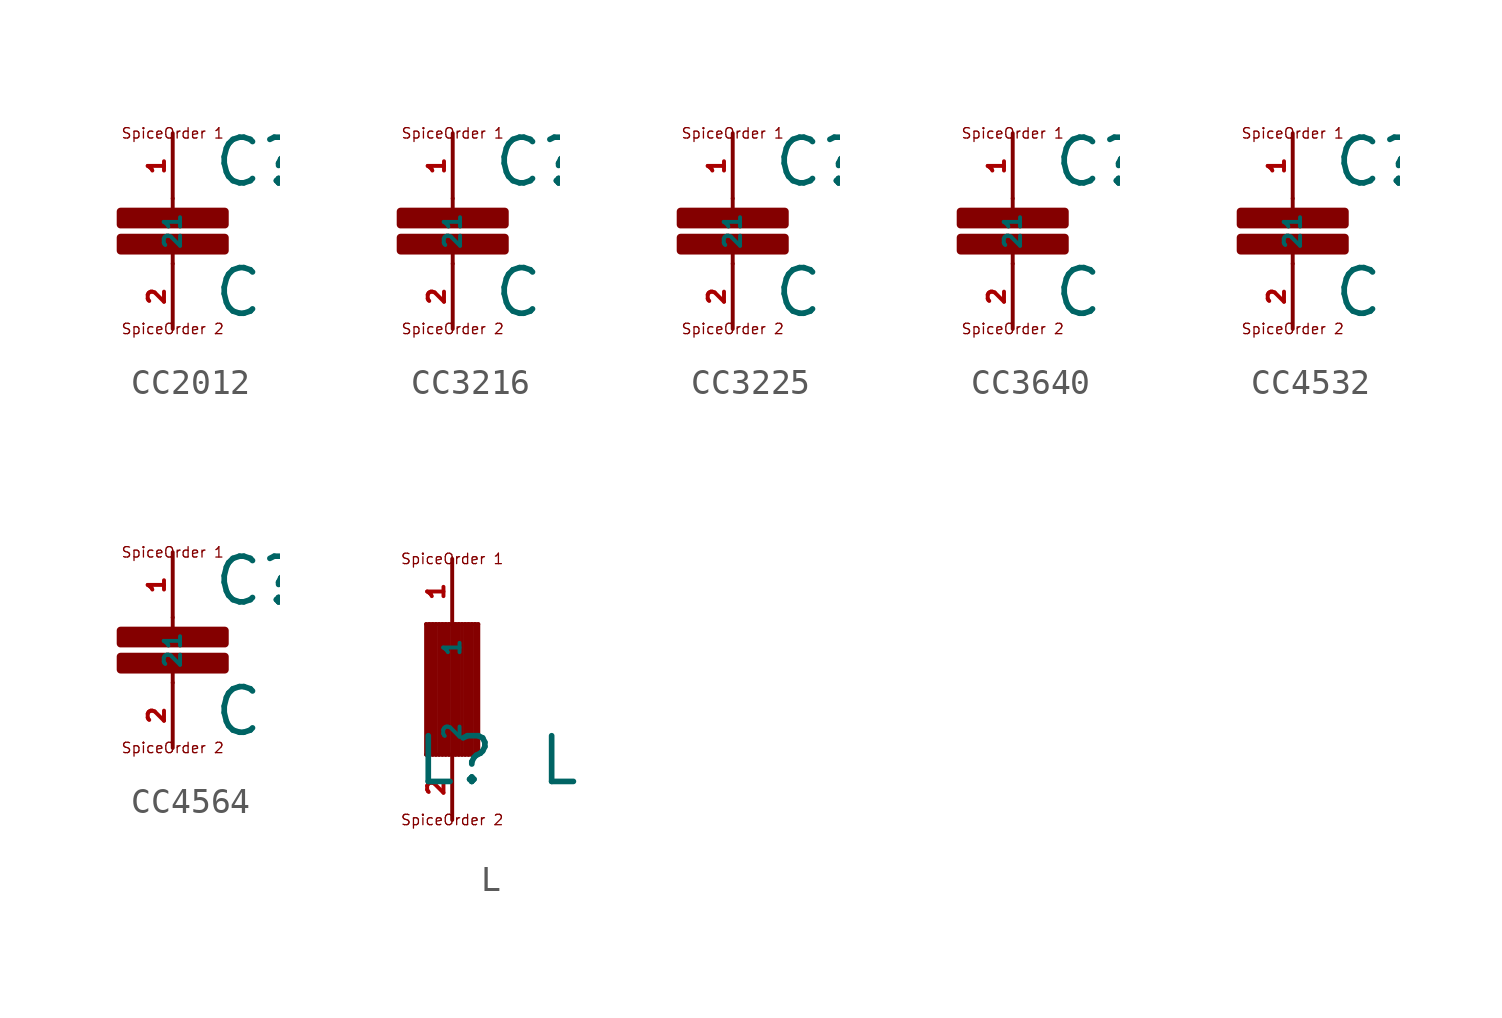
<source format=kicad_sym>
(kicad_symbol_lib
  (version 20220914)
  (generator Eagle2Kicad)
  (symbol "CC2012"
    (property "Reference" "C"
      (at 1.524 0.381 0)
      (effects (font (size 1.778 1.778) (thickness 0.22)) (justify left bottom)))
    (property "Value" "C"
      (at 1.524 -4.699 0)
      (effects (font (size 1.778 1.778) (thickness 0.22)) (justify left bottom)))
    (polyline
      (pts (xy 0 0) (xy 0 -0.508))
      (stroke (width 0.152) (type default))
      (fill (type none)))
    (polyline
      (pts (xy 0 -2.54) (xy 0 -2.032))
      (stroke (width 0.152) (type default))
      (fill (type none)))
    (text "SpiceOrder 1"
      (at 0 2.54 0)
      (effects (font (size 0.406 0.406) (thickness 0.05))))
    (text "SpiceOrder 2"
      (at 0 -5.08 0)
      (effects (font (size 0.406 0.406) (thickness 0.05))))
    (rectangle
      (start -2.032 -2.032)
      (end 2.032 -1.524)
      (stroke (width 0.3) (type default))
      (fill (type outline)))
    (rectangle
      (start -2.032 -1.016)
      (end 2.032 -0.508)
      (stroke (width 0.3) (type default))
      (fill (type outline)))
    (pin passive line
      (at 0 2.54 270)
      (length 2.54)
      (name "1" (effects (font (size 0.635 0.635) (thickness 0.08)) (justify left bottom)))
      (number "1" (effects (font (size 0.635 0.635) (thickness 0.08)) (justify left bottom))))
    (pin passive line
      (at 0 -5.08 90)
      (length 2.54)
      (name "2" (effects (font (size 0.635 0.635) (thickness 0.08)) (justify left bottom)))
      (number "2" (effects (font (size 0.635 0.635) (thickness 0.08)) (justify left bottom)))))
  (symbol "CC3216"
    (property "Reference" "C"
      (at 1.524 0.381 0)
      (effects (font (size 1.778 1.778) (thickness 0.22)) (justify left bottom)))
    (property "Value" "C"
      (at 1.524 -4.699 0)
      (effects (font (size 1.778 1.778) (thickness 0.22)) (justify left bottom)))
    (polyline
      (pts (xy 0 0) (xy 0 -0.508))
      (stroke (width 0.152) (type default))
      (fill (type none)))
    (polyline
      (pts (xy 0 -2.54) (xy 0 -2.032))
      (stroke (width 0.152) (type default))
      (fill (type none)))
    (text "SpiceOrder 1"
      (at 0 2.54 0)
      (effects (font (size 0.406 0.406) (thickness 0.05))))
    (text "SpiceOrder 2"
      (at 0 -5.08 0)
      (effects (font (size 0.406 0.406) (thickness 0.05))))
    (rectangle
      (start -2.032 -2.032)
      (end 2.032 -1.524)
      (stroke (width 0.3) (type default))
      (fill (type outline)))
    (rectangle
      (start -2.032 -1.016)
      (end 2.032 -0.508)
      (stroke (width 0.3) (type default))
      (fill (type outline)))
    (pin passive line
      (at 0 2.54 270)
      (length 2.54)
      (name "1" (effects (font (size 0.635 0.635) (thickness 0.08)) (justify left bottom)))
      (number "1" (effects (font (size 0.635 0.635) (thickness 0.08)) (justify left bottom))))
    (pin passive line
      (at 0 -5.08 90)
      (length 2.54)
      (name "2" (effects (font (size 0.635 0.635) (thickness 0.08)) (justify left bottom)))
      (number "2" (effects (font (size 0.635 0.635) (thickness 0.08)) (justify left bottom)))))
  (symbol "CC3225"
    (property "Reference" "C"
      (at 1.524 0.381 0)
      (effects (font (size 1.778 1.778) (thickness 0.22)) (justify left bottom)))
    (property "Value" "C"
      (at 1.524 -4.699 0)
      (effects (font (size 1.778 1.778) (thickness 0.22)) (justify left bottom)))
    (polyline
      (pts (xy 0 0) (xy 0 -0.508))
      (stroke (width 0.152) (type default))
      (fill (type none)))
    (polyline
      (pts (xy 0 -2.54) (xy 0 -2.032))
      (stroke (width 0.152) (type default))
      (fill (type none)))
    (text "SpiceOrder 1"
      (at 0 2.54 0)
      (effects (font (size 0.406 0.406) (thickness 0.05))))
    (text "SpiceOrder 2"
      (at 0 -5.08 0)
      (effects (font (size 0.406 0.406) (thickness 0.05))))
    (rectangle
      (start -2.032 -2.032)
      (end 2.032 -1.524)
      (stroke (width 0.3) (type default))
      (fill (type outline)))
    (rectangle
      (start -2.032 -1.016)
      (end 2.032 -0.508)
      (stroke (width 0.3) (type default))
      (fill (type outline)))
    (pin passive line
      (at 0 2.54 270)
      (length 2.54)
      (name "1" (effects (font (size 0.635 0.635) (thickness 0.08)) (justify left bottom)))
      (number "1" (effects (font (size 0.635 0.635) (thickness 0.08)) (justify left bottom))))
    (pin passive line
      (at 0 -5.08 90)
      (length 2.54)
      (name "2" (effects (font (size 0.635 0.635) (thickness 0.08)) (justify left bottom)))
      (number "2" (effects (font (size 0.635 0.635) (thickness 0.08)) (justify left bottom)))))
  (symbol "CC3640"
    (property "Reference" "C"
      (at 1.524 0.381 0)
      (effects (font (size 1.778 1.778) (thickness 0.22)) (justify left bottom)))
    (property "Value" "C"
      (at 1.524 -4.699 0)
      (effects (font (size 1.778 1.778) (thickness 0.22)) (justify left bottom)))
    (polyline
      (pts (xy 0 0) (xy 0 -0.508))
      (stroke (width 0.152) (type default))
      (fill (type none)))
    (polyline
      (pts (xy 0 -2.54) (xy 0 -2.032))
      (stroke (width 0.152) (type default))
      (fill (type none)))
    (text "SpiceOrder 1"
      (at 0 2.54 0)
      (effects (font (size 0.406 0.406) (thickness 0.05))))
    (text "SpiceOrder 2"
      (at 0 -5.08 0)
      (effects (font (size 0.406 0.406) (thickness 0.05))))
    (rectangle
      (start -2.032 -2.032)
      (end 2.032 -1.524)
      (stroke (width 0.3) (type default))
      (fill (type outline)))
    (rectangle
      (start -2.032 -1.016)
      (end 2.032 -0.508)
      (stroke (width 0.3) (type default))
      (fill (type outline)))
    (pin passive line
      (at 0 2.54 270)
      (length 2.54)
      (name "1" (effects (font (size 0.635 0.635) (thickness 0.08)) (justify left bottom)))
      (number "1" (effects (font (size 0.635 0.635) (thickness 0.08)) (justify left bottom))))
    (pin passive line
      (at 0 -5.08 90)
      (length 2.54)
      (name "2" (effects (font (size 0.635 0.635) (thickness 0.08)) (justify left bottom)))
      (number "2" (effects (font (size 0.635 0.635) (thickness 0.08)) (justify left bottom)))))
  (symbol "CC4532"
    (property "Reference" "C"
      (at 1.524 0.381 0)
      (effects (font (size 1.778 1.778) (thickness 0.22)) (justify left bottom)))
    (property "Value" "C"
      (at 1.524 -4.699 0)
      (effects (font (size 1.778 1.778) (thickness 0.22)) (justify left bottom)))
    (polyline
      (pts (xy 0 0) (xy 0 -0.508))
      (stroke (width 0.152) (type default))
      (fill (type none)))
    (polyline
      (pts (xy 0 -2.54) (xy 0 -2.032))
      (stroke (width 0.152) (type default))
      (fill (type none)))
    (text "SpiceOrder 1"
      (at 0 2.54 0)
      (effects (font (size 0.406 0.406) (thickness 0.05))))
    (text "SpiceOrder 2"
      (at 0 -5.08 0)
      (effects (font (size 0.406 0.406) (thickness 0.05))))
    (rectangle
      (start -2.032 -2.032)
      (end 2.032 -1.524)
      (stroke (width 0.3) (type default))
      (fill (type outline)))
    (rectangle
      (start -2.032 -1.016)
      (end 2.032 -0.508)
      (stroke (width 0.3) (type default))
      (fill (type outline)))
    (pin passive line
      (at 0 2.54 270)
      (length 2.54)
      (name "1" (effects (font (size 0.635 0.635) (thickness 0.08)) (justify left bottom)))
      (number "1" (effects (font (size 0.635 0.635) (thickness 0.08)) (justify left bottom))))
    (pin passive line
      (at 0 -5.08 90)
      (length 2.54)
      (name "2" (effects (font (size 0.635 0.635) (thickness 0.08)) (justify left bottom)))
      (number "2" (effects (font (size 0.635 0.635) (thickness 0.08)) (justify left bottom)))))
  (symbol "CC4564"
    (property "Reference" "C"
      (at 1.524 0.381 0)
      (effects (font (size 1.778 1.778) (thickness 0.22)) (justify left bottom)))
    (property "Value" "C"
      (at 1.524 -4.699 0)
      (effects (font (size 1.778 1.778) (thickness 0.22)) (justify left bottom)))
    (polyline
      (pts (xy 0 0) (xy 0 -0.508))
      (stroke (width 0.152) (type default))
      (fill (type none)))
    (polyline
      (pts (xy 0 -2.54) (xy 0 -2.032))
      (stroke (width 0.152) (type default))
      (fill (type none)))
    (text "SpiceOrder 1"
      (at 0 2.54 0)
      (effects (font (size 0.406 0.406) (thickness 0.05))))
    (text "SpiceOrder 2"
      (at 0 -5.08 0)
      (effects (font (size 0.406 0.406) (thickness 0.05))))
    (rectangle
      (start -2.032 -2.032)
      (end 2.032 -1.524)
      (stroke (width 0.3) (type default))
      (fill (type outline)))
    (rectangle
      (start -2.032 -1.016)
      (end 2.032 -0.508)
      (stroke (width 0.3) (type default))
      (fill (type outline)))
    (pin passive line
      (at 0 2.54 270)
      (length 2.54)
      (name "1" (effects (font (size 0.635 0.635) (thickness 0.08)) (justify left bottom)))
      (number "1" (effects (font (size 0.635 0.635) (thickness 0.08)) (justify left bottom))))
    (pin passive line
      (at 0 -5.08 90)
      (length 2.54)
      (name "2" (effects (font (size 0.635 0.635) (thickness 0.08)) (justify left bottom)))
      (number "2" (effects (font (size 0.635 0.635) (thickness 0.08)) (justify left bottom)))))
  (symbol "L"
    (property "Reference" "L"
      (at -1.499 -3.81 0)
      (effects (font (size 1.778 1.778) (thickness 0.22)) (justify left bottom)))
    (property "Value" "L"
      (at 3.302 -3.81 0)
      (effects (font (size 1.778 1.778) (thickness 0.22)) (justify left bottom)))
    (polyline
      (pts (xy -1.016 2.54) (xy -0.889 2.54))
      (stroke (width 0.152) (type default))
      (fill (type none)))
    (polyline
      (pts (xy -0.889 2.54) (xy -0.762 2.54))
      (stroke (width 0.152) (type default))
      (fill (type none)))
    (polyline
      (pts (xy -0.762 2.54) (xy -0.635 2.54))
      (stroke (width 0.152) (type default))
      (fill (type none)))
    (polyline
      (pts (xy -0.635 2.54) (xy -0.508 2.54))
      (stroke (width 0.152) (type default))
      (fill (type none)))
    (polyline
      (pts (xy -0.508 2.54) (xy -0.381 2.54))
      (stroke (width 0.152) (type default))
      (fill (type none)))
    (polyline
      (pts (xy -0.381 2.54) (xy -0.254 2.54))
      (stroke (width 0.152) (type default))
      (fill (type none)))
    (polyline
      (pts (xy -0.254 2.54) (xy -0.127 2.54))
      (stroke (width 0.152) (type default))
      (fill (type none)))
    (polyline
      (pts (xy -0.127 2.54) (xy 0 2.54))
      (stroke (width 0.152) (type default))
      (fill (type none)))
    (polyline
      (pts (xy 0 2.54) (xy 0.127 2.54))
      (stroke (width 0.152) (type default))
      (fill (type none)))
    (polyline
      (pts (xy 0.127 2.54) (xy 0.254 2.54))
      (stroke (width 0.152) (type default))
      (fill (type none)))
    (polyline
      (pts (xy 0.254 2.54) (xy 0.381 2.54))
      (stroke (width 0.152) (type default))
      (fill (type none)))
    (polyline
      (pts (xy 0.381 2.54) (xy 0.508 2.54))
      (stroke (width 0.152) (type default))
      (fill (type none)))
    (polyline
      (pts (xy 0.508 2.54) (xy 0.635 2.54))
      (stroke (width 0.152) (type default))
      (fill (type none)))
    (polyline
      (pts (xy 0.635 2.54) (xy 0.762 2.54))
      (stroke (width 0.152) (type default))
      (fill (type none)))
    (polyline
      (pts (xy 0.762 2.54) (xy 0.889 2.54))
      (stroke (width 0.152) (type default))
      (fill (type none)))
    (polyline
      (pts (xy 0.889 2.54) (xy 1.016 2.54))
      (stroke (width 0.152) (type default))
      (fill (type none)))
    (polyline
      (pts (xy 1.016 2.54) (xy 1.016 -2.54))
      (stroke (width 0.152) (type default))
      (fill (type none)))
    (polyline
      (pts (xy 1.016 -2.54) (xy 0.889 -2.54))
      (stroke (width 0.152) (type default))
      (fill (type none)))
    (polyline
      (pts (xy 0.889 -2.54) (xy 0.762 -2.54))
      (stroke (width 0.152) (type default))
      (fill (type none)))
    (polyline
      (pts (xy 0.762 -2.54) (xy 0.635 -2.54))
      (stroke (width 0.152) (type default))
      (fill (type none)))
    (polyline
      (pts (xy 0.635 -2.54) (xy 0.508 -2.54))
      (stroke (width 0.152) (type default))
      (fill (type none)))
    (polyline
      (pts (xy 0.508 -2.54) (xy 0.381 -2.54))
      (stroke (width 0.152) (type default))
      (fill (type none)))
    (polyline
      (pts (xy 0.381 -2.54) (xy 0.254 -2.54))
      (stroke (width 0.152) (type default))
      (fill (type none)))
    (polyline
      (pts (xy 0.254 -2.54) (xy 0.127 -2.54))
      (stroke (width 0.152) (type default))
      (fill (type none)))
    (polyline
      (pts (xy 0.127 -2.54) (xy 0 -2.54))
      (stroke (width 0.152) (type default))
      (fill (type none)))
    (polyline
      (pts (xy 0 -2.54) (xy -0.127 -2.54))
      (stroke (width 0.152) (type default))
      (fill (type none)))
    (polyline
      (pts (xy -0.127 -2.54) (xy -0.254 -2.54))
      (stroke (width 0.152) (type default))
      (fill (type none)))
    (polyline
      (pts (xy -0.254 -2.54) (xy -0.381 -2.54))
      (stroke (width 0.152) (type default))
      (fill (type none)))
    (polyline
      (pts (xy -0.381 -2.54) (xy -0.508 -2.54))
      (stroke (width 0.152) (type default))
      (fill (type none)))
    (polyline
      (pts (xy -0.508 -2.54) (xy -0.635 -2.54))
      (stroke (width 0.152) (type default))
      (fill (type none)))
    (polyline
      (pts (xy -0.635 -2.54) (xy -0.762 -2.54))
      (stroke (width 0.152) (type default))
      (fill (type none)))
    (polyline
      (pts (xy -0.762 -2.54) (xy -0.889 -2.54))
      (stroke (width 0.152) (type default))
      (fill (type none)))
    (polyline
      (pts (xy -0.889 -2.54) (xy -1.016 -2.54))
      (stroke (width 0.152) (type default))
      (fill (type none)))
    (polyline
      (pts (xy 0.889 2.54) (xy 0.889 -2.54))
      (stroke (width 0.152) (type default))
      (fill (type none)))
    (polyline
      (pts (xy 0.762 2.54) (xy 0.762 -2.54))
      (stroke (width 0.152) (type default))
      (fill (type none)))
    (polyline
      (pts (xy 0.635 2.54) (xy 0.635 -2.54))
      (stroke (width 0.152) (type default))
      (fill (type none)))
    (polyline
      (pts (xy 0.508 2.54) (xy 0.508 -2.54))
      (stroke (width 0.152) (type default))
      (fill (type none)))
    (polyline
      (pts (xy 0.381 2.54) (xy 0.381 -2.54))
      (stroke (width 0.152) (type default))
      (fill (type none)))
    (polyline
      (pts (xy 0.254 2.54) (xy 0.254 -2.54))
      (stroke (width 0.152) (type default))
      (fill (type none)))
    (polyline
      (pts (xy 0.127 2.54) (xy 0.127 -2.54))
      (stroke (width 0.152) (type default))
      (fill (type none)))
    (polyline
      (pts (xy 0 2.54) (xy 0 -2.54))
      (stroke (width 0.152) (type default))
      (fill (type none)))
    (polyline
      (pts (xy -0.127 2.54) (xy -0.127 -2.54))
      (stroke (width 0.152) (type default))
      (fill (type none)))
    (polyline
      (pts (xy -0.254 2.54) (xy -0.254 -2.54))
      (stroke (width 0.152) (type default))
      (fill (type none)))
    (polyline
      (pts (xy -0.381 2.54) (xy -0.381 -2.54))
      (stroke (width 0.152) (type default))
      (fill (type none)))
    (polyline
      (pts (xy -0.508 2.54) (xy -0.508 -2.54))
      (stroke (width 0.152) (type default))
      (fill (type none)))
    (polyline
      (pts (xy -0.635 2.54) (xy -0.635 -2.54))
      (stroke (width 0.152) (type default))
      (fill (type none)))
    (polyline
      (pts (xy -0.762 2.54) (xy -0.762 -2.54))
      (stroke (width 0.152) (type default))
      (fill (type none)))
    (polyline
      (pts (xy -0.889 2.54) (xy -0.889 -2.54))
      (stroke (width 0.152) (type default))
      (fill (type none)))
    (polyline
      (pts (xy -1.016 2.54) (xy -1.016 -2.54))
      (stroke (width 0.152) (type default))
      (fill (type none)))
    (text "SpiceOrder 1"
      (at 0 5.08 0)
      (effects (font (size 0.406 0.406) (thickness 0.05))))
    (text "SpiceOrder 2"
      (at 0 -5.08 0)
      (effects (font (size 0.406 0.406) (thickness 0.05))))
    (pin passive line
      (at 0 5.08 270)
      (length 2.54)
      (name "1" (effects (font (size 0.635 0.635) (thickness 0.08)) (justify left bottom)))
      (number "1" (effects (font (size 0.635 0.635) (thickness 0.08)) (justify left bottom))))
    (pin passive line
      (at 0 -5.08 90)
      (length 2.54)
      (name "2" (effects (font (size 0.635 0.635) (thickness 0.08)) (justify left bottom)))
      (number "2" (effects (font (size 0.635 0.635) (thickness 0.08)) (justify left bottom))))))
</source>
